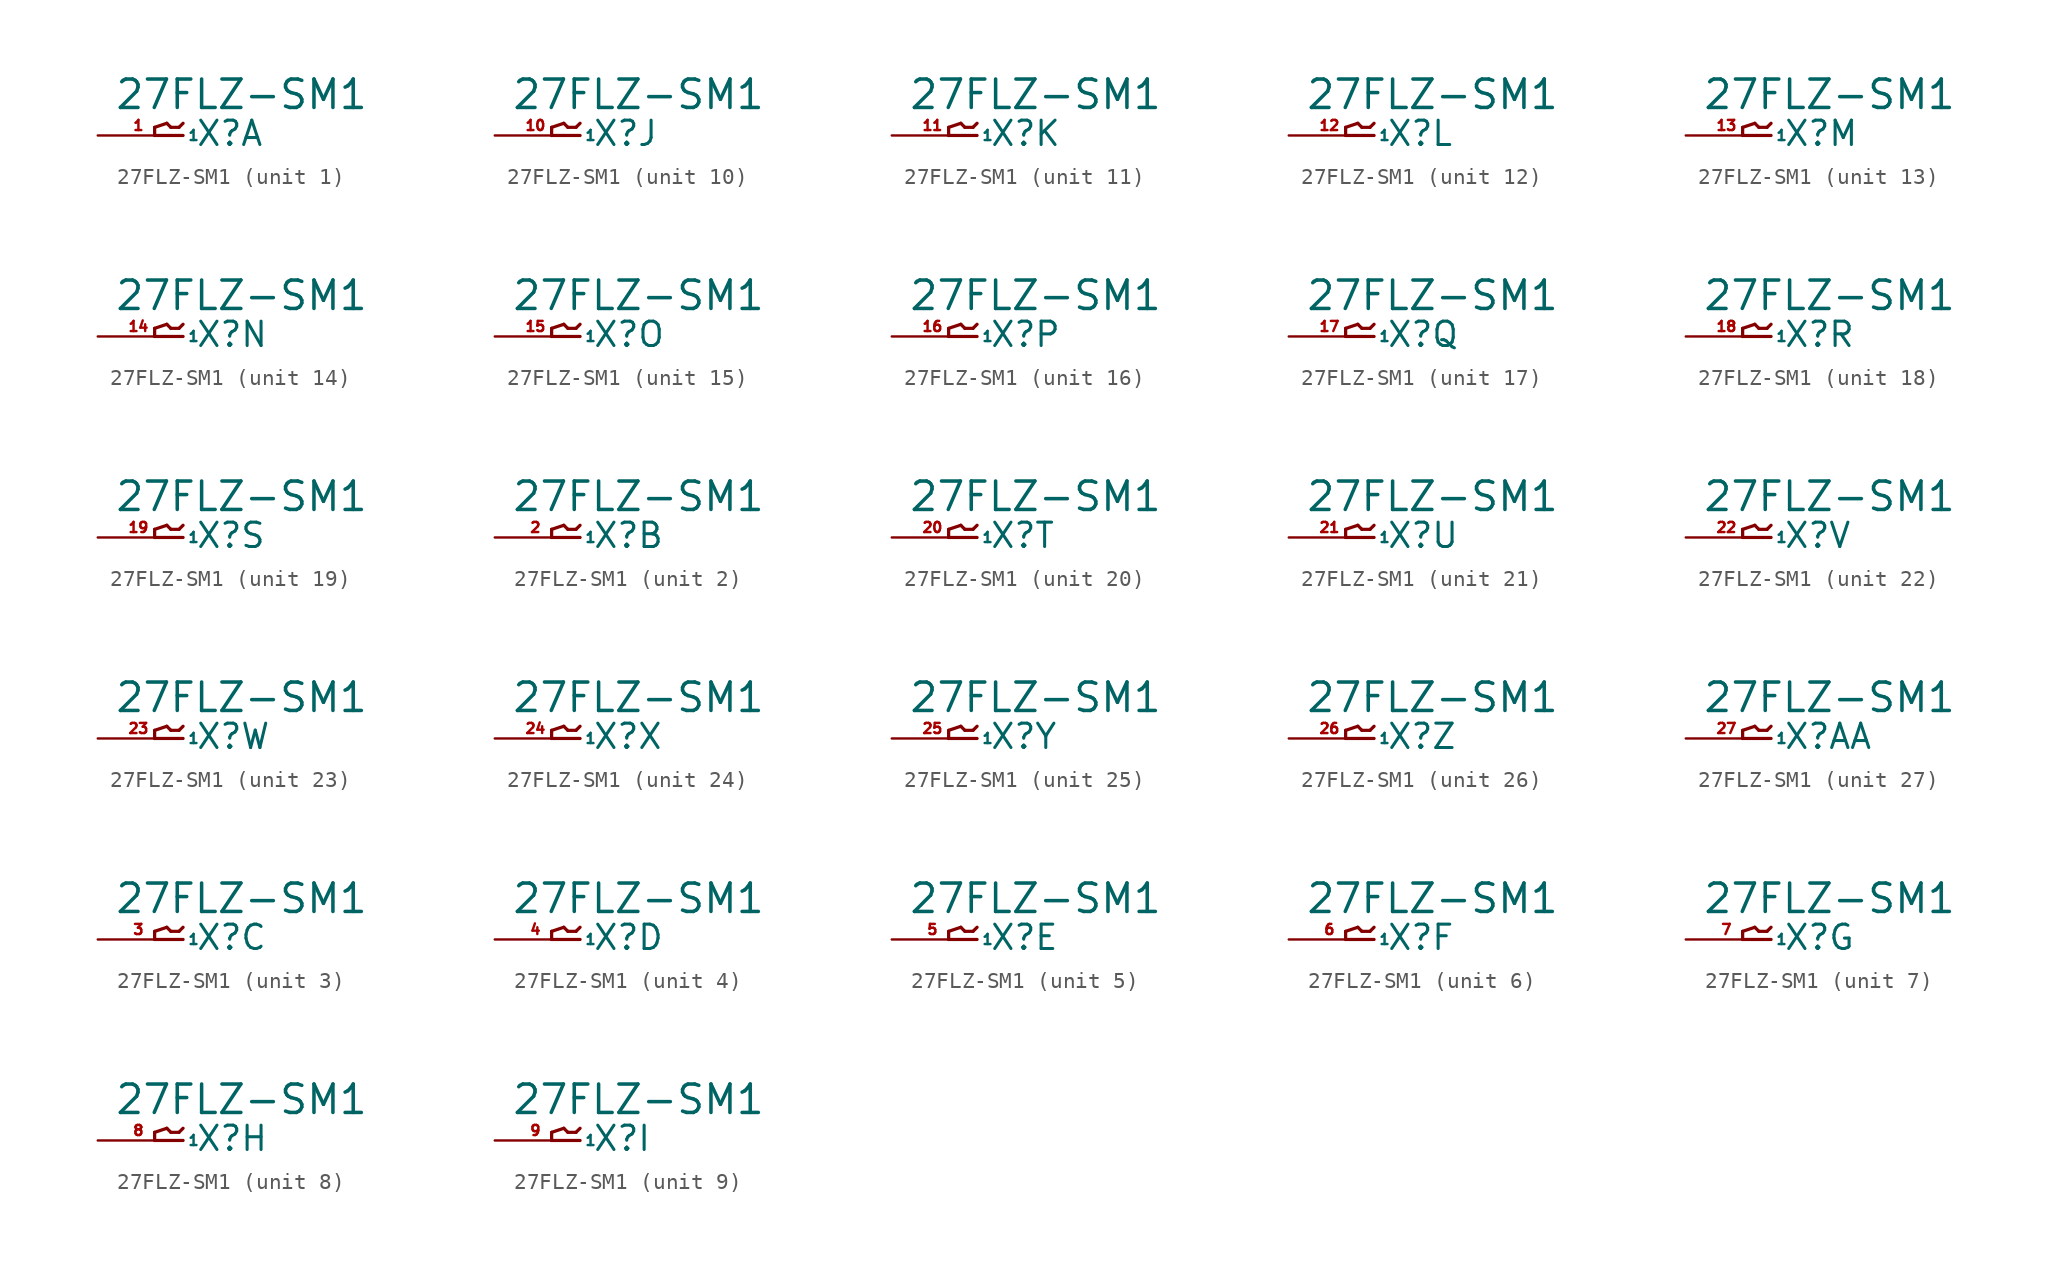
<source format=kicad_sym>
(kicad_symbol_lib
  (version 20220914)
  (generator Eagle2Kicad)
  (symbol "27FLZ-SM1"
    (property "Reference" "X"
      (at 1.016 -0.762 0)
      (effects (font (size 1.524 1.524) (thickness 0.19)) (justify left bottom)))
    (property "Value" "27FLZ-SM1"
      (at -4.064 1.524 0)
      (effects (font (size 1.778 1.778) (thickness 0.22)) (justify left bottom)))
    (symbol "27FLZ-SM1_1_0"
      (polyline (pts (xy 0.254 0) (xy -1.524 0)) (stroke (width 0.203) (type default)) (fill (type none)))
      (polyline (pts (xy -1.524 0) (xy -1.524 0.508)) (stroke (width 0.203) (type default)) (fill (type none)))
      (polyline (pts (xy -1.524 0.508) (xy -0.762 0.762)) (stroke (width 0.203) (type default)) (fill (type none)))
      (polyline (pts (xy -0.762 0.762) (xy -0.508 0.508)) (stroke (width 0.203) (type default)) (fill (type none)))
      (polyline (pts (xy -0.508 0.508) (xy 0 0.508)) (stroke (width 0.203) (type default)) (fill (type none)))
      (polyline (pts (xy 0 0.508) (xy 0.254 0.762)) (stroke (width 0.203) (type default)) (fill (type none)))
      (pin passive line (at -5.08 0 0) (length 5.08) (name "1" (effects (font (size 0.635 0.635) (thickness 0.08)) (justify left bottom))) (number "1" (effects (font (size 0.635 0.635) (thickness 0.08)) (justify left bottom)))))
    (symbol "27FLZ-SM1_2_0"
      (polyline (pts (xy 0.254 0) (xy -1.524 0)) (stroke (width 0.203) (type default)) (fill (type none)))
      (polyline (pts (xy -1.524 0) (xy -1.524 0.508)) (stroke (width 0.203) (type default)) (fill (type none)))
      (polyline (pts (xy -1.524 0.508) (xy -0.762 0.762)) (stroke (width 0.203) (type default)) (fill (type none)))
      (polyline (pts (xy -0.762 0.762) (xy -0.508 0.508)) (stroke (width 0.203) (type default)) (fill (type none)))
      (polyline (pts (xy -0.508 0.508) (xy 0 0.508)) (stroke (width 0.203) (type default)) (fill (type none)))
      (polyline (pts (xy 0 0.508) (xy 0.254 0.762)) (stroke (width 0.203) (type default)) (fill (type none)))
      (pin passive line (at -5.08 0 0) (length 5.08) (name "1" (effects (font (size 0.635 0.635) (thickness 0.08)) (justify left bottom))) (number "2" (effects (font (size 0.635 0.635) (thickness 0.08)) (justify left bottom)))))
    (symbol "27FLZ-SM1_3_0"
      (polyline (pts (xy 0.254 0) (xy -1.524 0)) (stroke (width 0.203) (type default)) (fill (type none)))
      (polyline (pts (xy -1.524 0) (xy -1.524 0.508)) (stroke (width 0.203) (type default)) (fill (type none)))
      (polyline (pts (xy -1.524 0.508) (xy -0.762 0.762)) (stroke (width 0.203) (type default)) (fill (type none)))
      (polyline (pts (xy -0.762 0.762) (xy -0.508 0.508)) (stroke (width 0.203) (type default)) (fill (type none)))
      (polyline (pts (xy -0.508 0.508) (xy 0 0.508)) (stroke (width 0.203) (type default)) (fill (type none)))
      (polyline (pts (xy 0 0.508) (xy 0.254 0.762)) (stroke (width 0.203) (type default)) (fill (type none)))
      (pin passive line (at -5.08 0 0) (length 5.08) (name "1" (effects (font (size 0.635 0.635) (thickness 0.08)) (justify left bottom))) (number "3" (effects (font (size 0.635 0.635) (thickness 0.08)) (justify left bottom)))))
    (symbol "27FLZ-SM1_4_0"
      (polyline (pts (xy 0.254 0) (xy -1.524 0)) (stroke (width 0.203) (type default)) (fill (type none)))
      (polyline (pts (xy -1.524 0) (xy -1.524 0.508)) (stroke (width 0.203) (type default)) (fill (type none)))
      (polyline (pts (xy -1.524 0.508) (xy -0.762 0.762)) (stroke (width 0.203) (type default)) (fill (type none)))
      (polyline (pts (xy -0.762 0.762) (xy -0.508 0.508)) (stroke (width 0.203) (type default)) (fill (type none)))
      (polyline (pts (xy -0.508 0.508) (xy 0 0.508)) (stroke (width 0.203) (type default)) (fill (type none)))
      (polyline (pts (xy 0 0.508) (xy 0.254 0.762)) (stroke (width 0.203) (type default)) (fill (type none)))
      (pin passive line (at -5.08 0 0) (length 5.08) (name "1" (effects (font (size 0.635 0.635) (thickness 0.08)) (justify left bottom))) (number "4" (effects (font (size 0.635 0.635) (thickness 0.08)) (justify left bottom)))))
    (symbol "27FLZ-SM1_5_0"
      (polyline (pts (xy 0.254 0) (xy -1.524 0)) (stroke (width 0.203) (type default)) (fill (type none)))
      (polyline (pts (xy -1.524 0) (xy -1.524 0.508)) (stroke (width 0.203) (type default)) (fill (type none)))
      (polyline (pts (xy -1.524 0.508) (xy -0.762 0.762)) (stroke (width 0.203) (type default)) (fill (type none)))
      (polyline (pts (xy -0.762 0.762) (xy -0.508 0.508)) (stroke (width 0.203) (type default)) (fill (type none)))
      (polyline (pts (xy -0.508 0.508) (xy 0 0.508)) (stroke (width 0.203) (type default)) (fill (type none)))
      (polyline (pts (xy 0 0.508) (xy 0.254 0.762)) (stroke (width 0.203) (type default)) (fill (type none)))
      (pin passive line (at -5.08 0 0) (length 5.08) (name "1" (effects (font (size 0.635 0.635) (thickness 0.08)) (justify left bottom))) (number "5" (effects (font (size 0.635 0.635) (thickness 0.08)) (justify left bottom)))))
    (symbol "27FLZ-SM1_6_0"
      (polyline (pts (xy 0.254 0) (xy -1.524 0)) (stroke (width 0.203) (type default)) (fill (type none)))
      (polyline (pts (xy -1.524 0) (xy -1.524 0.508)) (stroke (width 0.203) (type default)) (fill (type none)))
      (polyline (pts (xy -1.524 0.508) (xy -0.762 0.762)) (stroke (width 0.203) (type default)) (fill (type none)))
      (polyline (pts (xy -0.762 0.762) (xy -0.508 0.508)) (stroke (width 0.203) (type default)) (fill (type none)))
      (polyline (pts (xy -0.508 0.508) (xy 0 0.508)) (stroke (width 0.203) (type default)) (fill (type none)))
      (polyline (pts (xy 0 0.508) (xy 0.254 0.762)) (stroke (width 0.203) (type default)) (fill (type none)))
      (pin passive line (at -5.08 0 0) (length 5.08) (name "1" (effects (font (size 0.635 0.635) (thickness 0.08)) (justify left bottom))) (number "6" (effects (font (size 0.635 0.635) (thickness 0.08)) (justify left bottom)))))
    (symbol "27FLZ-SM1_7_0"
      (polyline (pts (xy 0.254 0) (xy -1.524 0)) (stroke (width 0.203) (type default)) (fill (type none)))
      (polyline (pts (xy -1.524 0) (xy -1.524 0.508)) (stroke (width 0.203) (type default)) (fill (type none)))
      (polyline (pts (xy -1.524 0.508) (xy -0.762 0.762)) (stroke (width 0.203) (type default)) (fill (type none)))
      (polyline (pts (xy -0.762 0.762) (xy -0.508 0.508)) (stroke (width 0.203) (type default)) (fill (type none)))
      (polyline (pts (xy -0.508 0.508) (xy 0 0.508)) (stroke (width 0.203) (type default)) (fill (type none)))
      (polyline (pts (xy 0 0.508) (xy 0.254 0.762)) (stroke (width 0.203) (type default)) (fill (type none)))
      (pin passive line (at -5.08 0 0) (length 5.08) (name "1" (effects (font (size 0.635 0.635) (thickness 0.08)) (justify left bottom))) (number "7" (effects (font (size 0.635 0.635) (thickness 0.08)) (justify left bottom)))))
    (symbol "27FLZ-SM1_8_0"
      (polyline (pts (xy 0.254 0) (xy -1.524 0)) (stroke (width 0.203) (type default)) (fill (type none)))
      (polyline (pts (xy -1.524 0) (xy -1.524 0.508)) (stroke (width 0.203) (type default)) (fill (type none)))
      (polyline (pts (xy -1.524 0.508) (xy -0.762 0.762)) (stroke (width 0.203) (type default)) (fill (type none)))
      (polyline (pts (xy -0.762 0.762) (xy -0.508 0.508)) (stroke (width 0.203) (type default)) (fill (type none)))
      (polyline (pts (xy -0.508 0.508) (xy 0 0.508)) (stroke (width 0.203) (type default)) (fill (type none)))
      (polyline (pts (xy 0 0.508) (xy 0.254 0.762)) (stroke (width 0.203) (type default)) (fill (type none)))
      (pin passive line (at -5.08 0 0) (length 5.08) (name "1" (effects (font (size 0.635 0.635) (thickness 0.08)) (justify left bottom))) (number "8" (effects (font (size 0.635 0.635) (thickness 0.08)) (justify left bottom)))))
    (symbol "27FLZ-SM1_9_0"
      (polyline (pts (xy 0.254 0) (xy -1.524 0)) (stroke (width 0.203) (type default)) (fill (type none)))
      (polyline (pts (xy -1.524 0) (xy -1.524 0.508)) (stroke (width 0.203) (type default)) (fill (type none)))
      (polyline (pts (xy -1.524 0.508) (xy -0.762 0.762)) (stroke (width 0.203) (type default)) (fill (type none)))
      (polyline (pts (xy -0.762 0.762) (xy -0.508 0.508)) (stroke (width 0.203) (type default)) (fill (type none)))
      (polyline (pts (xy -0.508 0.508) (xy 0 0.508)) (stroke (width 0.203) (type default)) (fill (type none)))
      (polyline (pts (xy 0 0.508) (xy 0.254 0.762)) (stroke (width 0.203) (type default)) (fill (type none)))
      (pin passive line (at -5.08 0 0) (length 5.08) (name "1" (effects (font (size 0.635 0.635) (thickness 0.08)) (justify left bottom))) (number "9" (effects (font (size 0.635 0.635) (thickness 0.08)) (justify left bottom)))))
    (symbol "27FLZ-SM1_10_0"
      (polyline (pts (xy 0.254 0) (xy -1.524 0)) (stroke (width 0.203) (type default)) (fill (type none)))
      (polyline (pts (xy -1.524 0) (xy -1.524 0.508)) (stroke (width 0.203) (type default)) (fill (type none)))
      (polyline (pts (xy -1.524 0.508) (xy -0.762 0.762)) (stroke (width 0.203) (type default)) (fill (type none)))
      (polyline (pts (xy -0.762 0.762) (xy -0.508 0.508)) (stroke (width 0.203) (type default)) (fill (type none)))
      (polyline (pts (xy -0.508 0.508) (xy 0 0.508)) (stroke (width 0.203) (type default)) (fill (type none)))
      (polyline (pts (xy 0 0.508) (xy 0.254 0.762)) (stroke (width 0.203) (type default)) (fill (type none)))
      (pin passive line (at -5.08 0 0) (length 5.08) (name "1" (effects (font (size 0.635 0.635) (thickness 0.08)) (justify left bottom))) (number "10" (effects (font (size 0.635 0.635) (thickness 0.08)) (justify left bottom)))))
    (symbol "27FLZ-SM1_11_0"
      (polyline (pts (xy 0.254 0) (xy -1.524 0)) (stroke (width 0.203) (type default)) (fill (type none)))
      (polyline (pts (xy -1.524 0) (xy -1.524 0.508)) (stroke (width 0.203) (type default)) (fill (type none)))
      (polyline (pts (xy -1.524 0.508) (xy -0.762 0.762)) (stroke (width 0.203) (type default)) (fill (type none)))
      (polyline (pts (xy -0.762 0.762) (xy -0.508 0.508)) (stroke (width 0.203) (type default)) (fill (type none)))
      (polyline (pts (xy -0.508 0.508) (xy 0 0.508)) (stroke (width 0.203) (type default)) (fill (type none)))
      (polyline (pts (xy 0 0.508) (xy 0.254 0.762)) (stroke (width 0.203) (type default)) (fill (type none)))
      (pin passive line (at -5.08 0 0) (length 5.08) (name "1" (effects (font (size 0.635 0.635) (thickness 0.08)) (justify left bottom))) (number "11" (effects (font (size 0.635 0.635) (thickness 0.08)) (justify left bottom)))))
    (symbol "27FLZ-SM1_12_0"
      (polyline (pts (xy 0.254 0) (xy -1.524 0)) (stroke (width 0.203) (type default)) (fill (type none)))
      (polyline (pts (xy -1.524 0) (xy -1.524 0.508)) (stroke (width 0.203) (type default)) (fill (type none)))
      (polyline (pts (xy -1.524 0.508) (xy -0.762 0.762)) (stroke (width 0.203) (type default)) (fill (type none)))
      (polyline (pts (xy -0.762 0.762) (xy -0.508 0.508)) (stroke (width 0.203) (type default)) (fill (type none)))
      (polyline (pts (xy -0.508 0.508) (xy 0 0.508)) (stroke (width 0.203) (type default)) (fill (type none)))
      (polyline (pts (xy 0 0.508) (xy 0.254 0.762)) (stroke (width 0.203) (type default)) (fill (type none)))
      (pin passive line (at -5.08 0 0) (length 5.08) (name "1" (effects (font (size 0.635 0.635) (thickness 0.08)) (justify left bottom))) (number "12" (effects (font (size 0.635 0.635) (thickness 0.08)) (justify left bottom)))))
    (symbol "27FLZ-SM1_13_0"
      (polyline (pts (xy 0.254 0) (xy -1.524 0)) (stroke (width 0.203) (type default)) (fill (type none)))
      (polyline (pts (xy -1.524 0) (xy -1.524 0.508)) (stroke (width 0.203) (type default)) (fill (type none)))
      (polyline (pts (xy -1.524 0.508) (xy -0.762 0.762)) (stroke (width 0.203) (type default)) (fill (type none)))
      (polyline (pts (xy -0.762 0.762) (xy -0.508 0.508)) (stroke (width 0.203) (type default)) (fill (type none)))
      (polyline (pts (xy -0.508 0.508) (xy 0 0.508)) (stroke (width 0.203) (type default)) (fill (type none)))
      (polyline (pts (xy 0 0.508) (xy 0.254 0.762)) (stroke (width 0.203) (type default)) (fill (type none)))
      (pin passive line (at -5.08 0 0) (length 5.08) (name "1" (effects (font (size 0.635 0.635) (thickness 0.08)) (justify left bottom))) (number "13" (effects (font (size 0.635 0.635) (thickness 0.08)) (justify left bottom)))))
    (symbol "27FLZ-SM1_14_0"
      (polyline (pts (xy 0.254 0) (xy -1.524 0)) (stroke (width 0.203) (type default)) (fill (type none)))
      (polyline (pts (xy -1.524 0) (xy -1.524 0.508)) (stroke (width 0.203) (type default)) (fill (type none)))
      (polyline (pts (xy -1.524 0.508) (xy -0.762 0.762)) (stroke (width 0.203) (type default)) (fill (type none)))
      (polyline (pts (xy -0.762 0.762) (xy -0.508 0.508)) (stroke (width 0.203) (type default)) (fill (type none)))
      (polyline (pts (xy -0.508 0.508) (xy 0 0.508)) (stroke (width 0.203) (type default)) (fill (type none)))
      (polyline (pts (xy 0 0.508) (xy 0.254 0.762)) (stroke (width 0.203) (type default)) (fill (type none)))
      (pin passive line (at -5.08 0 0) (length 5.08) (name "1" (effects (font (size 0.635 0.635) (thickness 0.08)) (justify left bottom))) (number "14" (effects (font (size 0.635 0.635) (thickness 0.08)) (justify left bottom)))))
    (symbol "27FLZ-SM1_15_0"
      (polyline (pts (xy 0.254 0) (xy -1.524 0)) (stroke (width 0.203) (type default)) (fill (type none)))
      (polyline (pts (xy -1.524 0) (xy -1.524 0.508)) (stroke (width 0.203) (type default)) (fill (type none)))
      (polyline (pts (xy -1.524 0.508) (xy -0.762 0.762)) (stroke (width 0.203) (type default)) (fill (type none)))
      (polyline (pts (xy -0.762 0.762) (xy -0.508 0.508)) (stroke (width 0.203) (type default)) (fill (type none)))
      (polyline (pts (xy -0.508 0.508) (xy 0 0.508)) (stroke (width 0.203) (type default)) (fill (type none)))
      (polyline (pts (xy 0 0.508) (xy 0.254 0.762)) (stroke (width 0.203) (type default)) (fill (type none)))
      (pin passive line (at -5.08 0 0) (length 5.08) (name "1" (effects (font (size 0.635 0.635) (thickness 0.08)) (justify left bottom))) (number "15" (effects (font (size 0.635 0.635) (thickness 0.08)) (justify left bottom)))))
    (symbol "27FLZ-SM1_16_0"
      (polyline (pts (xy 0.254 0) (xy -1.524 0)) (stroke (width 0.203) (type default)) (fill (type none)))
      (polyline (pts (xy -1.524 0) (xy -1.524 0.508)) (stroke (width 0.203) (type default)) (fill (type none)))
      (polyline (pts (xy -1.524 0.508) (xy -0.762 0.762)) (stroke (width 0.203) (type default)) (fill (type none)))
      (polyline (pts (xy -0.762 0.762) (xy -0.508 0.508)) (stroke (width 0.203) (type default)) (fill (type none)))
      (polyline (pts (xy -0.508 0.508) (xy 0 0.508)) (stroke (width 0.203) (type default)) (fill (type none)))
      (polyline (pts (xy 0 0.508) (xy 0.254 0.762)) (stroke (width 0.203) (type default)) (fill (type none)))
      (pin passive line (at -5.08 0 0) (length 5.08) (name "1" (effects (font (size 0.635 0.635) (thickness 0.08)) (justify left bottom))) (number "16" (effects (font (size 0.635 0.635) (thickness 0.08)) (justify left bottom)))))
    (symbol "27FLZ-SM1_17_0"
      (polyline (pts (xy 0.254 0) (xy -1.524 0)) (stroke (width 0.203) (type default)) (fill (type none)))
      (polyline (pts (xy -1.524 0) (xy -1.524 0.508)) (stroke (width 0.203) (type default)) (fill (type none)))
      (polyline (pts (xy -1.524 0.508) (xy -0.762 0.762)) (stroke (width 0.203) (type default)) (fill (type none)))
      (polyline (pts (xy -0.762 0.762) (xy -0.508 0.508)) (stroke (width 0.203) (type default)) (fill (type none)))
      (polyline (pts (xy -0.508 0.508) (xy 0 0.508)) (stroke (width 0.203) (type default)) (fill (type none)))
      (polyline (pts (xy 0 0.508) (xy 0.254 0.762)) (stroke (width 0.203) (type default)) (fill (type none)))
      (pin passive line (at -5.08 0 0) (length 5.08) (name "1" (effects (font (size 0.635 0.635) (thickness 0.08)) (justify left bottom))) (number "17" (effects (font (size 0.635 0.635) (thickness 0.08)) (justify left bottom)))))
    (symbol "27FLZ-SM1_18_0"
      (polyline (pts (xy 0.254 0) (xy -1.524 0)) (stroke (width 0.203) (type default)) (fill (type none)))
      (polyline (pts (xy -1.524 0) (xy -1.524 0.508)) (stroke (width 0.203) (type default)) (fill (type none)))
      (polyline (pts (xy -1.524 0.508) (xy -0.762 0.762)) (stroke (width 0.203) (type default)) (fill (type none)))
      (polyline (pts (xy -0.762 0.762) (xy -0.508 0.508)) (stroke (width 0.203) (type default)) (fill (type none)))
      (polyline (pts (xy -0.508 0.508) (xy 0 0.508)) (stroke (width 0.203) (type default)) (fill (type none)))
      (polyline (pts (xy 0 0.508) (xy 0.254 0.762)) (stroke (width 0.203) (type default)) (fill (type none)))
      (pin passive line (at -5.08 0 0) (length 5.08) (name "1" (effects (font (size 0.635 0.635) (thickness 0.08)) (justify left bottom))) (number "18" (effects (font (size 0.635 0.635) (thickness 0.08)) (justify left bottom)))))
    (symbol "27FLZ-SM1_19_0"
      (polyline (pts (xy 0.254 0) (xy -1.524 0)) (stroke (width 0.203) (type default)) (fill (type none)))
      (polyline (pts (xy -1.524 0) (xy -1.524 0.508)) (stroke (width 0.203) (type default)) (fill (type none)))
      (polyline (pts (xy -1.524 0.508) (xy -0.762 0.762)) (stroke (width 0.203) (type default)) (fill (type none)))
      (polyline (pts (xy -0.762 0.762) (xy -0.508 0.508)) (stroke (width 0.203) (type default)) (fill (type none)))
      (polyline (pts (xy -0.508 0.508) (xy 0 0.508)) (stroke (width 0.203) (type default)) (fill (type none)))
      (polyline (pts (xy 0 0.508) (xy 0.254 0.762)) (stroke (width 0.203) (type default)) (fill (type none)))
      (pin passive line (at -5.08 0 0) (length 5.08) (name "1" (effects (font (size 0.635 0.635) (thickness 0.08)) (justify left bottom))) (number "19" (effects (font (size 0.635 0.635) (thickness 0.08)) (justify left bottom)))))
    (symbol "27FLZ-SM1_20_0"
      (polyline (pts (xy 0.254 0) (xy -1.524 0)) (stroke (width 0.203) (type default)) (fill (type none)))
      (polyline (pts (xy -1.524 0) (xy -1.524 0.508)) (stroke (width 0.203) (type default)) (fill (type none)))
      (polyline (pts (xy -1.524 0.508) (xy -0.762 0.762)) (stroke (width 0.203) (type default)) (fill (type none)))
      (polyline (pts (xy -0.762 0.762) (xy -0.508 0.508)) (stroke (width 0.203) (type default)) (fill (type none)))
      (polyline (pts (xy -0.508 0.508) (xy 0 0.508)) (stroke (width 0.203) (type default)) (fill (type none)))
      (polyline (pts (xy 0 0.508) (xy 0.254 0.762)) (stroke (width 0.203) (type default)) (fill (type none)))
      (pin passive line (at -5.08 0 0) (length 5.08) (name "1" (effects (font (size 0.635 0.635) (thickness 0.08)) (justify left bottom))) (number "20" (effects (font (size 0.635 0.635) (thickness 0.08)) (justify left bottom)))))
    (symbol "27FLZ-SM1_21_0"
      (polyline (pts (xy 0.254 0) (xy -1.524 0)) (stroke (width 0.203) (type default)) (fill (type none)))
      (polyline (pts (xy -1.524 0) (xy -1.524 0.508)) (stroke (width 0.203) (type default)) (fill (type none)))
      (polyline (pts (xy -1.524 0.508) (xy -0.762 0.762)) (stroke (width 0.203) (type default)) (fill (type none)))
      (polyline (pts (xy -0.762 0.762) (xy -0.508 0.508)) (stroke (width 0.203) (type default)) (fill (type none)))
      (polyline (pts (xy -0.508 0.508) (xy 0 0.508)) (stroke (width 0.203) (type default)) (fill (type none)))
      (polyline (pts (xy 0 0.508) (xy 0.254 0.762)) (stroke (width 0.203) (type default)) (fill (type none)))
      (pin passive line (at -5.08 0 0) (length 5.08) (name "1" (effects (font (size 0.635 0.635) (thickness 0.08)) (justify left bottom))) (number "21" (effects (font (size 0.635 0.635) (thickness 0.08)) (justify left bottom)))))
    (symbol "27FLZ-SM1_22_0"
      (polyline (pts (xy 0.254 0) (xy -1.524 0)) (stroke (width 0.203) (type default)) (fill (type none)))
      (polyline (pts (xy -1.524 0) (xy -1.524 0.508)) (stroke (width 0.203) (type default)) (fill (type none)))
      (polyline (pts (xy -1.524 0.508) (xy -0.762 0.762)) (stroke (width 0.203) (type default)) (fill (type none)))
      (polyline (pts (xy -0.762 0.762) (xy -0.508 0.508)) (stroke (width 0.203) (type default)) (fill (type none)))
      (polyline (pts (xy -0.508 0.508) (xy 0 0.508)) (stroke (width 0.203) (type default)) (fill (type none)))
      (polyline (pts (xy 0 0.508) (xy 0.254 0.762)) (stroke (width 0.203) (type default)) (fill (type none)))
      (pin passive line (at -5.08 0 0) (length 5.08) (name "1" (effects (font (size 0.635 0.635) (thickness 0.08)) (justify left bottom))) (number "22" (effects (font (size 0.635 0.635) (thickness 0.08)) (justify left bottom)))))
    (symbol "27FLZ-SM1_23_0"
      (polyline (pts (xy 0.254 0) (xy -1.524 0)) (stroke (width 0.203) (type default)) (fill (type none)))
      (polyline (pts (xy -1.524 0) (xy -1.524 0.508)) (stroke (width 0.203) (type default)) (fill (type none)))
      (polyline (pts (xy -1.524 0.508) (xy -0.762 0.762)) (stroke (width 0.203) (type default)) (fill (type none)))
      (polyline (pts (xy -0.762 0.762) (xy -0.508 0.508)) (stroke (width 0.203) (type default)) (fill (type none)))
      (polyline (pts (xy -0.508 0.508) (xy 0 0.508)) (stroke (width 0.203) (type default)) (fill (type none)))
      (polyline (pts (xy 0 0.508) (xy 0.254 0.762)) (stroke (width 0.203) (type default)) (fill (type none)))
      (pin passive line (at -5.08 0 0) (length 5.08) (name "1" (effects (font (size 0.635 0.635) (thickness 0.08)) (justify left bottom))) (number "23" (effects (font (size 0.635 0.635) (thickness 0.08)) (justify left bottom)))))
    (symbol "27FLZ-SM1_24_0"
      (polyline (pts (xy 0.254 0) (xy -1.524 0)) (stroke (width 0.203) (type default)) (fill (type none)))
      (polyline (pts (xy -1.524 0) (xy -1.524 0.508)) (stroke (width 0.203) (type default)) (fill (type none)))
      (polyline (pts (xy -1.524 0.508) (xy -0.762 0.762)) (stroke (width 0.203) (type default)) (fill (type none)))
      (polyline (pts (xy -0.762 0.762) (xy -0.508 0.508)) (stroke (width 0.203) (type default)) (fill (type none)))
      (polyline (pts (xy -0.508 0.508) (xy 0 0.508)) (stroke (width 0.203) (type default)) (fill (type none)))
      (polyline (pts (xy 0 0.508) (xy 0.254 0.762)) (stroke (width 0.203) (type default)) (fill (type none)))
      (pin passive line (at -5.08 0 0) (length 5.08) (name "1" (effects (font (size 0.635 0.635) (thickness 0.08)) (justify left bottom))) (number "24" (effects (font (size 0.635 0.635) (thickness 0.08)) (justify left bottom)))))
    (symbol "27FLZ-SM1_25_0"
      (polyline (pts (xy 0.254 0) (xy -1.524 0)) (stroke (width 0.203) (type default)) (fill (type none)))
      (polyline (pts (xy -1.524 0) (xy -1.524 0.508)) (stroke (width 0.203) (type default)) (fill (type none)))
      (polyline (pts (xy -1.524 0.508) (xy -0.762 0.762)) (stroke (width 0.203) (type default)) (fill (type none)))
      (polyline (pts (xy -0.762 0.762) (xy -0.508 0.508)) (stroke (width 0.203) (type default)) (fill (type none)))
      (polyline (pts (xy -0.508 0.508) (xy 0 0.508)) (stroke (width 0.203) (type default)) (fill (type none)))
      (polyline (pts (xy 0 0.508) (xy 0.254 0.762)) (stroke (width 0.203) (type default)) (fill (type none)))
      (pin passive line (at -5.08 0 0) (length 5.08) (name "1" (effects (font (size 0.635 0.635) (thickness 0.08)) (justify left bottom))) (number "25" (effects (font (size 0.635 0.635) (thickness 0.08)) (justify left bottom)))))
    (symbol "27FLZ-SM1_26_0"
      (polyline (pts (xy 0.254 0) (xy -1.524 0)) (stroke (width 0.203) (type default)) (fill (type none)))
      (polyline (pts (xy -1.524 0) (xy -1.524 0.508)) (stroke (width 0.203) (type default)) (fill (type none)))
      (polyline (pts (xy -1.524 0.508) (xy -0.762 0.762)) (stroke (width 0.203) (type default)) (fill (type none)))
      (polyline (pts (xy -0.762 0.762) (xy -0.508 0.508)) (stroke (width 0.203) (type default)) (fill (type none)))
      (polyline (pts (xy -0.508 0.508) (xy 0 0.508)) (stroke (width 0.203) (type default)) (fill (type none)))
      (polyline (pts (xy 0 0.508) (xy 0.254 0.762)) (stroke (width 0.203) (type default)) (fill (type none)))
      (pin passive line (at -5.08 0 0) (length 5.08) (name "1" (effects (font (size 0.635 0.635) (thickness 0.08)) (justify left bottom))) (number "26" (effects (font (size 0.635 0.635) (thickness 0.08)) (justify left bottom)))))
    (symbol "27FLZ-SM1_27_0"
      (polyline (pts (xy 0.254 0) (xy -1.524 0)) (stroke (width 0.203) (type default)) (fill (type none)))
      (polyline (pts (xy -1.524 0) (xy -1.524 0.508)) (stroke (width 0.203) (type default)) (fill (type none)))
      (polyline (pts (xy -1.524 0.508) (xy -0.762 0.762)) (stroke (width 0.203) (type default)) (fill (type none)))
      (polyline (pts (xy -0.762 0.762) (xy -0.508 0.508)) (stroke (width 0.203) (type default)) (fill (type none)))
      (polyline (pts (xy -0.508 0.508) (xy 0 0.508)) (stroke (width 0.203) (type default)) (fill (type none)))
      (polyline (pts (xy 0 0.508) (xy 0.254 0.762)) (stroke (width 0.203) (type default)) (fill (type none)))
      (pin passive line (at -5.08 0 0) (length 5.08) (name "1" (effects (font (size 0.635 0.635) (thickness 0.08)) (justify left bottom))) (number "27" (effects (font (size 0.635 0.635) (thickness 0.08)) (justify left bottom)))))))
</source>
